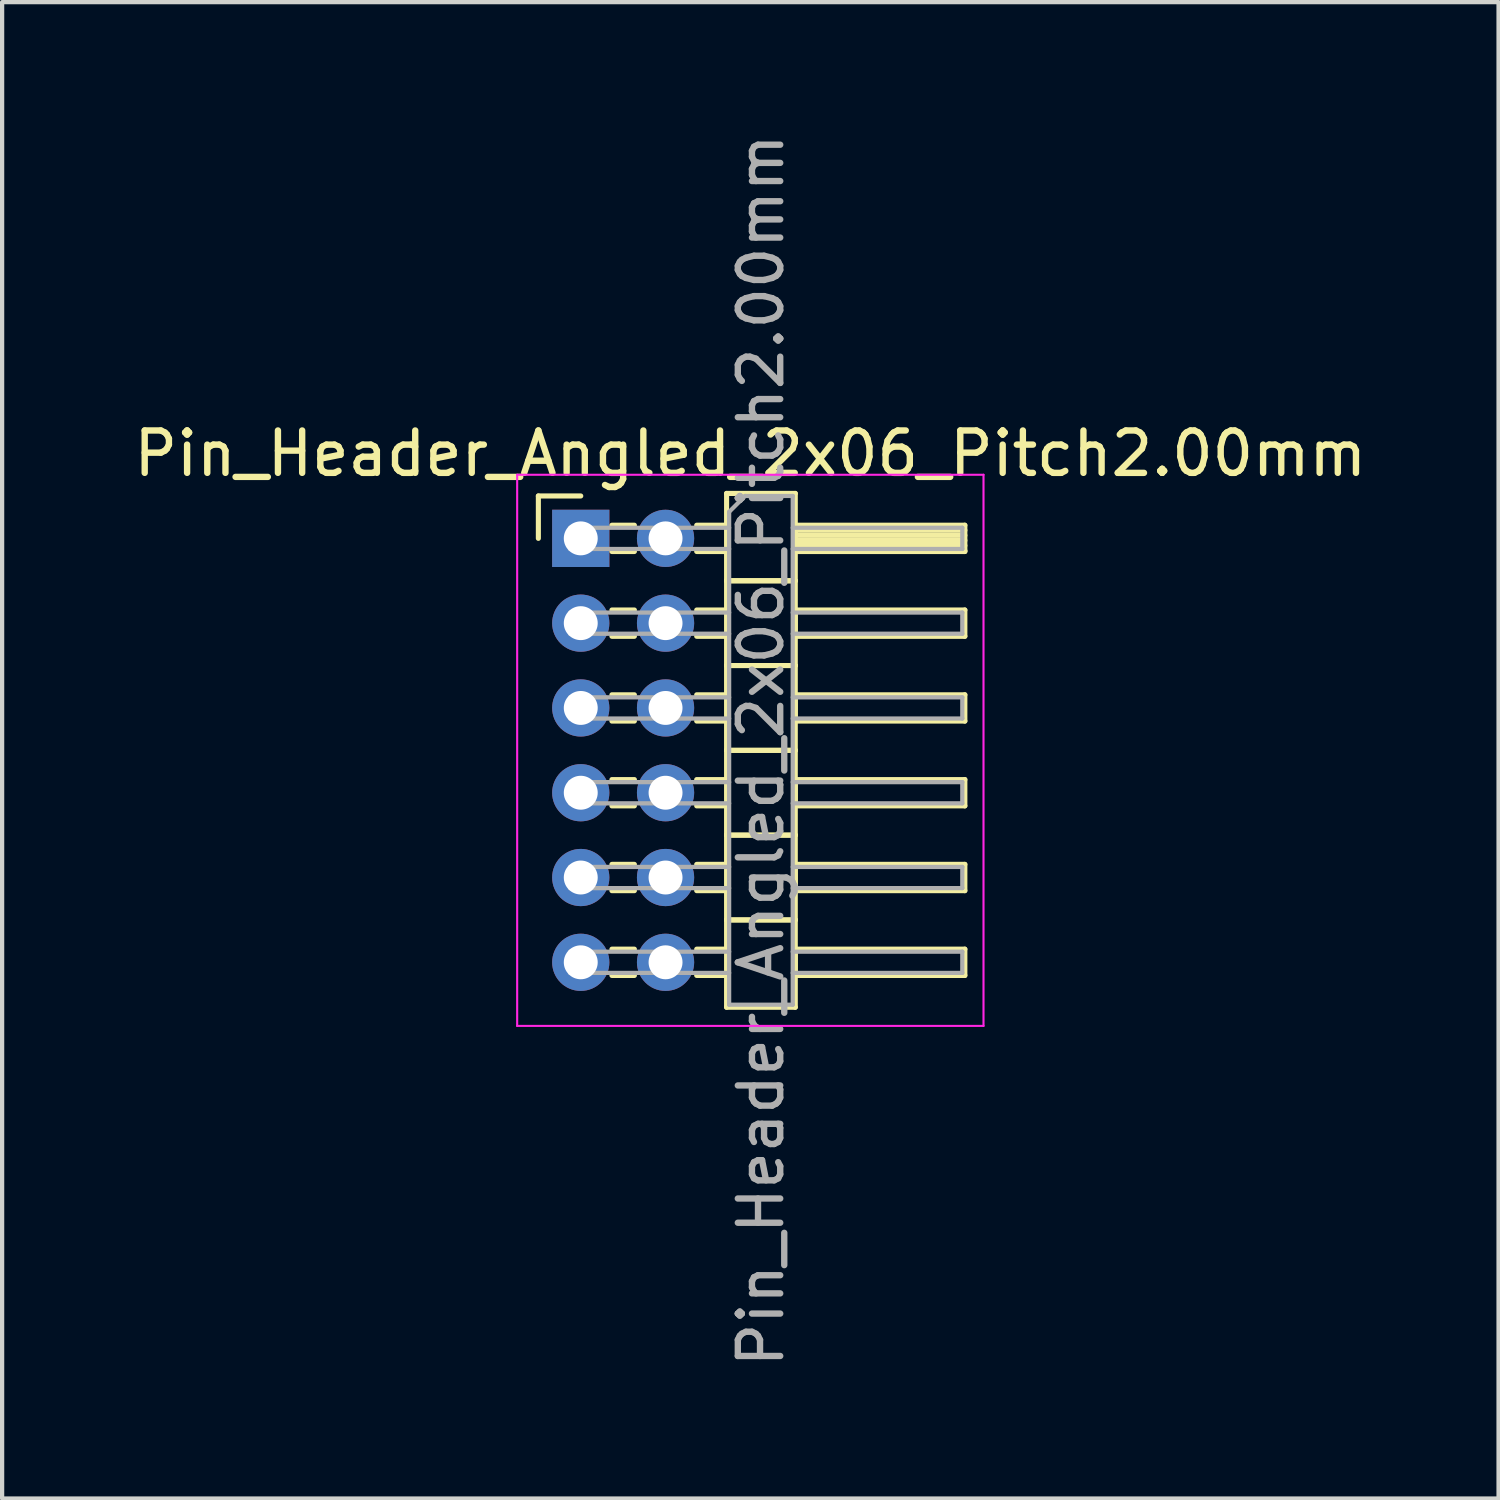
<source format=kicad_pcb>
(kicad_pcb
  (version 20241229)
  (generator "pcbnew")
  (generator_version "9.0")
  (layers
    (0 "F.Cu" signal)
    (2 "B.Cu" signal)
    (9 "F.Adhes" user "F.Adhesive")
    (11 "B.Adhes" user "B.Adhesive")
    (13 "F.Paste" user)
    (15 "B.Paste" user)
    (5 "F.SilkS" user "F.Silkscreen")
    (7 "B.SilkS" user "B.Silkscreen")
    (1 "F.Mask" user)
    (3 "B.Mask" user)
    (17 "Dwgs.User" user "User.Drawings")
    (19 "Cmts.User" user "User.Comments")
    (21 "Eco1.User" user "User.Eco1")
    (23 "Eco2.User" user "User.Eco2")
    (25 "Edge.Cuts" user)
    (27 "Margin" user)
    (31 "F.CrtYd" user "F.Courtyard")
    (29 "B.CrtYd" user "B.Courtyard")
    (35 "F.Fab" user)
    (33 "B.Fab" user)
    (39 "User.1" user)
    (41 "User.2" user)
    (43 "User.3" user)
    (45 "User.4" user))
  (footprint "Pin_Header_Angled_2x06_Pitch2.00mm"
    (layer "F.Cu")
    (at 10.649 9.649)
    (property "Reference" "Pin_Header_Angled_2x06_Pitch2.00mm" (at 4 -2 0) (layer "F.SilkS") (effects (font (size 1 1) (thickness 0.15))))
    (attr through_hole)
    (fp_line (start -1 -1) (end 0 -1) (stroke (width 0.12) (type solid)) (layer "F.SilkS"))
    (fp_line (start -1 0) (end -1 -1) (stroke (width 0.12) (type solid)) (layer "F.SilkS"))
    (fp_line (start 0.735 -0.31) (end 1.265 -0.31) (stroke (width 0.12) (type solid)) (layer "F.SilkS"))
    (fp_line (start 0.735 0.31) (end 1.265 0.31) (stroke (width 0.12) (type solid)) (layer "F.SilkS"))
    (fp_line (start 0.735 1.69) (end 1.265 1.69) (stroke (width 0.12) (type solid)) (layer "F.SilkS"))
    (fp_line (start 0.735 2.31) (end 1.265 2.31) (stroke (width 0.12) (type solid)) (layer "F.SilkS"))
    (fp_line (start 0.735 3.69) (end 1.265 3.69) (stroke (width 0.12) (type solid)) (layer "F.SilkS"))
    (fp_line (start 0.735 4.31) (end 1.265 4.31) (stroke (width 0.12) (type solid)) (layer "F.SilkS"))
    (fp_line (start 0.735 5.69) (end 1.265 5.69) (stroke (width 0.12) (type solid)) (layer "F.SilkS"))
    (fp_line (start 0.735 6.31) (end 1.265 6.31) (stroke (width 0.12) (type solid)) (layer "F.SilkS"))
    (fp_line (start 0.735 7.69) (end 1.265 7.69) (stroke (width 0.12) (type solid)) (layer "F.SilkS"))
    (fp_line (start 0.735 8.31) (end 1.265 8.31) (stroke (width 0.12) (type solid)) (layer "F.SilkS"))
    (fp_line (start 0.735 9.69) (end 1.265 9.69) (stroke (width 0.12) (type solid)) (layer "F.SilkS"))
    (fp_line (start 0.735 10.31) (end 1.265 10.31) (stroke (width 0.12) (type solid)) (layer "F.SilkS"))
    (fp_line (start 2.735 -0.31) (end 3.44 -0.31) (stroke (width 0.12) (type solid)) (layer "F.SilkS"))
    (fp_line (start 2.735 0.31) (end 3.44 0.31) (stroke (width 0.12) (type solid)) (layer "F.SilkS"))
    (fp_line (start 2.735 1.69) (end 3.44 1.69) (stroke (width 0.12) (type solid)) (layer "F.SilkS"))
    (fp_line (start 2.735 2.31) (end 3.44 2.31) (stroke (width 0.12) (type solid)) (layer "F.SilkS"))
    (fp_line (start 2.735 3.69) (end 3.44 3.69) (stroke (width 0.12) (type solid)) (layer "F.SilkS"))
    (fp_line (start 2.735 4.31) (end 3.44 4.31) (stroke (width 0.12) (type solid)) (layer "F.SilkS"))
    (fp_line (start 2.735 5.69) (end 3.44 5.69) (stroke (width 0.12) (type solid)) (layer "F.SilkS"))
    (fp_line (start 2.735 6.31) (end 3.44 6.31) (stroke (width 0.12) (type solid)) (layer "F.SilkS"))
    (fp_line (start 2.735 7.69) (end 3.44 7.69) (stroke (width 0.12) (type solid)) (layer "F.SilkS"))
    (fp_line (start 2.735 8.31) (end 3.44 8.31) (stroke (width 0.12) (type solid)) (layer "F.SilkS"))
    (fp_line (start 2.735 9.69) (end 3.44 9.69) (stroke (width 0.12) (type solid)) (layer "F.SilkS"))
    (fp_line (start 2.735 10.31) (end 3.44 10.31) (stroke (width 0.12) (type solid)) (layer "F.SilkS"))
    (fp_line (start 3.44 -1.06) (end 3.44 1) (stroke (width 0.12) (type solid)) (layer "F.SilkS"))
    (fp_line (start 3.44 1) (end 3.44 3) (stroke (width 0.12) (type solid)) (layer "F.SilkS"))
    (fp_line (start 3.44 1) (end 5.06 1) (stroke (width 0.12) (type solid)) (layer "F.SilkS"))
    (fp_line (start 3.44 3) (end 3.44 5) (stroke (width 0.12) (type solid)) (layer "F.SilkS"))
    (fp_line (start 3.44 3) (end 5.06 3) (stroke (width 0.12) (type solid)) (layer "F.SilkS"))
    (fp_line (start 3.44 5) (end 3.44 7) (stroke (width 0.12) (type solid)) (layer "F.SilkS"))
    (fp_line (start 3.44 5) (end 5.06 5) (stroke (width 0.12) (type solid)) (layer "F.SilkS"))
    (fp_line (start 3.44 7) (end 3.44 9) (stroke (width 0.12) (type solid)) (layer "F.SilkS"))
    (fp_line (start 3.44 7) (end 5.06 7) (stroke (width 0.12) (type solid)) (layer "F.SilkS"))
    (fp_line (start 3.44 9) (end 3.44 11.06) (stroke (width 0.12) (type solid)) (layer "F.SilkS"))
    (fp_line (start 3.44 9) (end 5.06 9) (stroke (width 0.12) (type solid)) (layer "F.SilkS"))
    (fp_line (start 3.44 11.06) (end 5.06 11.06) (stroke (width 0.12) (type solid)) (layer "F.SilkS"))
    (fp_line (start 5.06 -1.06) (end 3.44 -1.06) (stroke (width 0.12) (type solid)) (layer "F.SilkS"))
    (fp_line (start 5.06 -0.31) (end 5.06 0.31) (stroke (width 0.12) (type solid)) (layer "F.SilkS"))
    (fp_line (start 5.06 -0.19) (end 9.06 -0.19) (stroke (width 0.12) (type solid)) (layer "F.SilkS"))
    (fp_line (start 5.06 -0.07) (end 9.06 -0.07) (stroke (width 0.12) (type solid)) (layer "F.SilkS"))
    (fp_line (start 5.06 0.05) (end 9.06 0.05) (stroke (width 0.12) (type solid)) (layer "F.SilkS"))
    (fp_line (start 5.06 0.17) (end 9.06 0.17) (stroke (width 0.12) (type solid)) (layer "F.SilkS"))
    (fp_line (start 5.06 0.29) (end 9.06 0.29) (stroke (width 0.12) (type solid)) (layer "F.SilkS"))
    (fp_line (start 5.06 0.31) (end 9.06 0.31) (stroke (width 0.12) (type solid)) (layer "F.SilkS"))
    (fp_line (start 5.06 1) (end 3.44 1) (stroke (width 0.12) (type solid)) (layer "F.SilkS"))
    (fp_line (start 5.06 1) (end 5.06 -1.06) (stroke (width 0.12) (type solid)) (layer "F.SilkS"))
    (fp_line (start 5.06 1.69) (end 5.06 2.31) (stroke (width 0.12) (type solid)) (layer "F.SilkS"))
    (fp_line (start 5.06 2.31) (end 9.06 2.31) (stroke (width 0.12) (type solid)) (layer "F.SilkS"))
    (fp_line (start 5.06 3) (end 3.44 3) (stroke (width 0.12) (type solid)) (layer "F.SilkS"))
    (fp_line (start 5.06 3) (end 5.06 1) (stroke (width 0.12) (type solid)) (layer "F.SilkS"))
    (fp_line (start 5.06 3.69) (end 5.06 4.31) (stroke (width 0.12) (type solid)) (layer "F.SilkS"))
    (fp_line (start 5.06 4.31) (end 9.06 4.31) (stroke (width 0.12) (type solid)) (layer "F.SilkS"))
    (fp_line (start 5.06 5) (end 3.44 5) (stroke (width 0.12) (type solid)) (layer "F.SilkS"))
    (fp_line (start 5.06 5) (end 5.06 3) (stroke (width 0.12) (type solid)) (layer "F.SilkS"))
    (fp_line (start 5.06 5.69) (end 5.06 6.31) (stroke (width 0.12) (type solid)) (layer "F.SilkS"))
    (fp_line (start 5.06 6.31) (end 9.06 6.31) (stroke (width 0.12) (type solid)) (layer "F.SilkS"))
    (fp_line (start 5.06 7) (end 3.44 7) (stroke (width 0.12) (type solid)) (layer "F.SilkS"))
    (fp_line (start 5.06 7) (end 5.06 5) (stroke (width 0.12) (type solid)) (layer "F.SilkS"))
    (fp_line (start 5.06 7.69) (end 5.06 8.31) (stroke (width 0.12) (type solid)) (layer "F.SilkS"))
    (fp_line (start 5.06 8.31) (end 9.06 8.31) (stroke (width 0.12) (type solid)) (layer "F.SilkS"))
    (fp_line (start 5.06 9) (end 3.44 9) (stroke (width 0.12) (type solid)) (layer "F.SilkS"))
    (fp_line (start 5.06 9) (end 5.06 7) (stroke (width 0.12) (type solid)) (layer "F.SilkS"))
    (fp_line (start 5.06 9.69) (end 5.06 10.31) (stroke (width 0.12) (type solid)) (layer "F.SilkS"))
    (fp_line (start 5.06 10.31) (end 9.06 10.31) (stroke (width 0.12) (type solid)) (layer "F.SilkS"))
    (fp_line (start 5.06 11.06) (end 5.06 9) (stroke (width 0.12) (type solid)) (layer "F.SilkS"))
    (fp_line (start 9.06 -0.31) (end 5.06 -0.31) (stroke (width 0.12) (type solid)) (layer "F.SilkS"))
    (fp_line (start 9.06 0.31) (end 9.06 -0.31) (stroke (width 0.12) (type solid)) (layer "F.SilkS"))
    (fp_line (start 9.06 1.69) (end 5.06 1.69) (stroke (width 0.12) (type solid)) (layer "F.SilkS"))
    (fp_line (start 9.06 2.31) (end 9.06 1.69) (stroke (width 0.12) (type solid)) (layer "F.SilkS"))
    (fp_line (start 9.06 3.69) (end 5.06 3.69) (stroke (width 0.12) (type solid)) (layer "F.SilkS"))
    (fp_line (start 9.06 4.31) (end 9.06 3.69) (stroke (width 0.12) (type solid)) (layer "F.SilkS"))
    (fp_line (start 9.06 5.69) (end 5.06 5.69) (stroke (width 0.12) (type solid)) (layer "F.SilkS"))
    (fp_line (start 9.06 6.31) (end 9.06 5.69) (stroke (width 0.12) (type solid)) (layer "F.SilkS"))
    (fp_line (start 9.06 7.69) (end 5.06 7.69) (stroke (width 0.12) (type solid)) (layer "F.SilkS"))
    (fp_line (start 9.06 8.31) (end 9.06 7.69) (stroke (width 0.12) (type solid)) (layer "F.SilkS"))
    (fp_line (start 9.06 9.69) (end 5.06 9.69) (stroke (width 0.12) (type solid)) (layer "F.SilkS"))
    (fp_line (start 9.06 10.31) (end 9.06 9.69) (stroke (width 0.12) (type solid)) (layer "F.SilkS"))
    (fp_line (start -1.5 -1.5) (end -1.5 11.5) (stroke (width 0.05) (type solid)) (layer "F.CrtYd"))
    (fp_line (start -1.5 11.5) (end 9.5 11.5) (stroke (width 0.05) (type solid)) (layer "F.CrtYd"))
    (fp_line (start 9.5 -1.5) (end -1.5 -1.5) (stroke (width 0.05) (type solid)) (layer "F.CrtYd"))
    (fp_line (start 9.5 11.5) (end 9.5 -1.5) (stroke (width 0.05) (type solid)) (layer "F.CrtYd"))
    (fp_line (start -0.25 -0.25) (end -0.25 0.25) (stroke (width 0.1) (type solid)) (layer "F.Fab"))
    (fp_line (start -0.25 -0.25) (end 3.5 -0.25) (stroke (width 0.1) (type solid)) (layer "F.Fab"))
    (fp_line (start -0.25 0.25) (end 3.5 0.25) (stroke (width 0.1) (type solid)) (layer "F.Fab"))
    (fp_line (start -0.25 1.75) (end -0.25 2.25) (stroke (width 0.1) (type solid)) (layer "F.Fab"))
    (fp_line (start -0.25 1.75) (end 3.5 1.75) (stroke (width 0.1) (type solid)) (layer "F.Fab"))
    (fp_line (start -0.25 2.25) (end 3.5 2.25) (stroke (width 0.1) (type solid)) (layer "F.Fab"))
    (fp_line (start -0.25 3.75) (end -0.25 4.25) (stroke (width 0.1) (type solid)) (layer "F.Fab"))
    (fp_line (start -0.25 3.75) (end 3.5 3.75) (stroke (width 0.1) (type solid)) (layer "F.Fab"))
    (fp_line (start -0.25 4.25) (end 3.5 4.25) (stroke (width 0.1) (type solid)) (layer "F.Fab"))
    (fp_line (start -0.25 5.75) (end -0.25 6.25) (stroke (width 0.1) (type solid)) (layer "F.Fab"))
    (fp_line (start -0.25 5.75) (end 3.5 5.75) (stroke (width 0.1) (type solid)) (layer "F.Fab"))
    (fp_line (start -0.25 6.25) (end 3.5 6.25) (stroke (width 0.1) (type solid)) (layer "F.Fab"))
    (fp_line (start -0.25 7.75) (end -0.25 8.25) (stroke (width 0.1) (type solid)) (layer "F.Fab"))
    (fp_line (start -0.25 7.75) (end 3.5 7.75) (stroke (width 0.1) (type solid)) (layer "F.Fab"))
    (fp_line (start -0.25 8.25) (end 3.5 8.25) (stroke (width 0.1) (type solid)) (layer "F.Fab"))
    (fp_line (start -0.25 9.75) (end -0.25 10.25) (stroke (width 0.1) (type solid)) (layer "F.Fab"))
    (fp_line (start -0.25 9.75) (end 3.5 9.75) (stroke (width 0.1) (type solid)) (layer "F.Fab"))
    (fp_line (start -0.25 10.25) (end 3.5 10.25) (stroke (width 0.1) (type solid)) (layer "F.Fab"))
    (fp_line (start 3.5 -0.625) (end 3.875 -1) (stroke (width 0.1) (type solid)) (layer "F.Fab"))
    (fp_line (start 3.5 11) (end 3.5 -0.625) (stroke (width 0.1) (type solid)) (layer "F.Fab"))
    (fp_line (start 3.875 -1) (end 5 -1) (stroke (width 0.1) (type solid)) (layer "F.Fab"))
    (fp_line (start 5 -1) (end 5 11) (stroke (width 0.1) (type solid)) (layer "F.Fab"))
    (fp_line (start 5 -0.25) (end 9 -0.25) (stroke (width 0.1) (type solid)) (layer "F.Fab"))
    (fp_line (start 5 0.25) (end 9 0.25) (stroke (width 0.1) (type solid)) (layer "F.Fab"))
    (fp_line (start 5 1.75) (end 9 1.75) (stroke (width 0.1) (type solid)) (layer "F.Fab"))
    (fp_line (start 5 2.25) (end 9 2.25) (stroke (width 0.1) (type solid)) (layer "F.Fab"))
    (fp_line (start 5 3.75) (end 9 3.75) (stroke (width 0.1) (type solid)) (layer "F.Fab"))
    (fp_line (start 5 4.25) (end 9 4.25) (stroke (width 0.1) (type solid)) (layer "F.Fab"))
    (fp_line (start 5 5.75) (end 9 5.75) (stroke (width 0.1) (type solid)) (layer "F.Fab"))
    (fp_line (start 5 6.25) (end 9 6.25) (stroke (width 0.1) (type solid)) (layer "F.Fab"))
    (fp_line (start 5 7.75) (end 9 7.75) (stroke (width 0.1) (type solid)) (layer "F.Fab"))
    (fp_line (start 5 8.25) (end 9 8.25) (stroke (width 0.1) (type solid)) (layer "F.Fab"))
    (fp_line (start 5 9.75) (end 9 9.75) (stroke (width 0.1) (type solid)) (layer "F.Fab"))
    (fp_line (start 5 10.25) (end 9 10.25) (stroke (width 0.1) (type solid)) (layer "F.Fab"))
    (fp_line (start 5 11) (end 3.5 11) (stroke (width 0.1) (type solid)) (layer "F.Fab"))
    (fp_line (start 9 -0.25) (end 9 0.25) (stroke (width 0.1) (type solid)) (layer "F.Fab"))
    (fp_line (start 9 1.75) (end 9 2.25) (stroke (width 0.1) (type solid)) (layer "F.Fab"))
    (fp_line (start 9 3.75) (end 9 4.25) (stroke (width 0.1) (type solid)) (layer "F.Fab"))
    (fp_line (start 9 5.75) (end 9 6.25) (stroke (width 0.1) (type solid)) (layer "F.Fab"))
    (fp_line (start 9 7.75) (end 9 8.25) (stroke (width 0.1) (type solid)) (layer "F.Fab"))
    (fp_line (start 9 9.75) (end 9 10.25) (stroke (width 0.1) (type solid)) (layer "F.Fab"))
    (fp_text user "${REFERENCE}" (at 4.25 5 90) (layer "F.Fab") (effects (font (size 1 1) (thickness 0.15))))
    (pad "1" thru_hole rect (at 0 0) (size 1.35 1.35) (drill 0.8) (layers "*.Cu" "*.Mask"))
    (pad "2" thru_hole oval (at 2 0) (size 1.35 1.35) (drill 0.8) (layers "*.Cu" "*.Mask"))
    (pad "3" thru_hole oval (at 0 2) (size 1.35 1.35) (drill 0.8) (layers "*.Cu" "*.Mask"))
    (pad "4" thru_hole oval (at 2 2) (size 1.35 1.35) (drill 0.8) (layers "*.Cu" "*.Mask"))
    (pad "5" thru_hole oval (at 0 4) (size 1.35 1.35) (drill 0.8) (layers "*.Cu" "*.Mask"))
    (pad "6" thru_hole oval (at 2 4) (size 1.35 1.35) (drill 0.8) (layers "*.Cu" "*.Mask"))
    (pad "7" thru_hole oval (at 0 6) (size 1.35 1.35) (drill 0.8) (layers "*.Cu" "*.Mask"))
    (pad "8" thru_hole oval (at 2 6) (size 1.35 1.35) (drill 0.8) (layers "*.Cu" "*.Mask"))
    (pad "9" thru_hole oval (at 0 8) (size 1.35 1.35) (drill 0.8) (layers "*.Cu" "*.Mask"))
    (pad "10" thru_hole oval (at 2 8) (size 1.35 1.35) (drill 0.8) (layers "*.Cu" "*.Mask"))
    (pad "11" thru_hole oval (at 0 10) (size 1.35 1.35) (drill 0.8) (layers "*.Cu" "*.Mask"))
    (pad "12" thru_hole oval (at 2 10) (size 1.35 1.35) (drill 0.8) (layers "*.Cu" "*.Mask")))
  (gr_rect
    (start -3 -3)
    (end 32.298 32.298)
    (stroke (width 0.1) (type default))
    (fill no)
    (layer "Edge.Cuts")))
</source>
